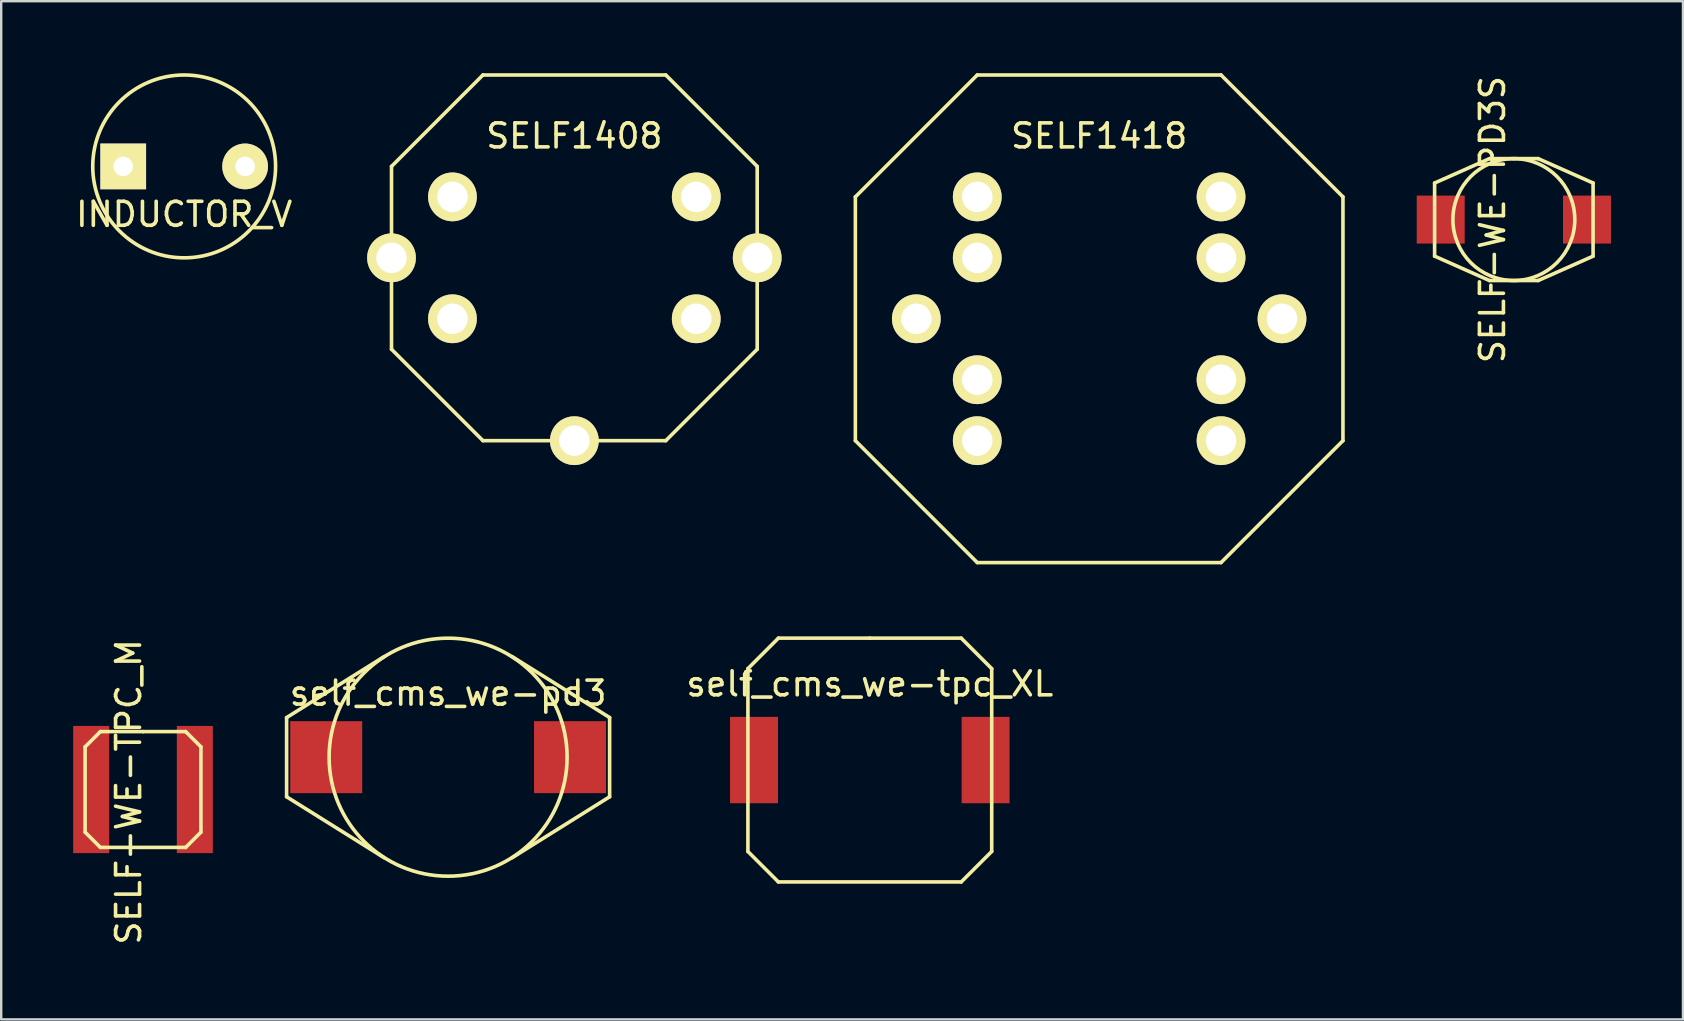
<source format=kicad_pcb>
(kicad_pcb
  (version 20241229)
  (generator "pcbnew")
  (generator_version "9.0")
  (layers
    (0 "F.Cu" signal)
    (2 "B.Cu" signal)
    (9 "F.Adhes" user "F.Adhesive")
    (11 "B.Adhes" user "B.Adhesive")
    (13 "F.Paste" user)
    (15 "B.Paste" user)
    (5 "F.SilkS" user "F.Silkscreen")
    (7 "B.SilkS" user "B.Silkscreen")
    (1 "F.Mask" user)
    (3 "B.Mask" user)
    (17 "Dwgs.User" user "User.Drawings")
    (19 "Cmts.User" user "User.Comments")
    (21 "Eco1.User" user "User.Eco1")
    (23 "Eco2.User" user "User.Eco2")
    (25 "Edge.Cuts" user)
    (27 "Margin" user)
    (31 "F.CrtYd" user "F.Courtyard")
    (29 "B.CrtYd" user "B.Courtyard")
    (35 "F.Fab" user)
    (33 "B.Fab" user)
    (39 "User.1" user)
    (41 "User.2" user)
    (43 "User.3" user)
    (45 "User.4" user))
  (footprint "SELF1408"
    (layer "F.Cu")
    (at 20.886 7.695)
    (property "Reference" "SELF1408" (at 0 -5.08 0) (layer "F.SilkS") (effects (font (size 1 1) (thickness 0.15))))
    (attr through_hole)
    (fp_line (start -7.62 -3.81) (end -7.62 3.81) (stroke (width 0.15) (type solid)) (layer "F.SilkS"))
    (fp_line (start -7.62 3.81) (end -3.81 7.62) (stroke (width 0.15) (type solid)) (layer "F.SilkS"))
    (fp_line (start -3.81 -7.62) (end -7.62 -3.81) (stroke (width 0.15) (type solid)) (layer "F.SilkS"))
    (fp_line (start -3.81 7.62) (end 3.81 7.62) (stroke (width 0.15) (type solid)) (layer "F.SilkS"))
    (fp_line (start 3.81 -7.62) (end -3.81 -7.62) (stroke (width 0.15) (type solid)) (layer "F.SilkS"))
    (fp_line (start 3.81 7.62) (end 7.62 3.81) (stroke (width 0.15) (type solid)) (layer "F.SilkS"))
    (fp_line (start 7.62 -3.81) (end 3.81 -7.62) (stroke (width 0.15) (type solid)) (layer "F.SilkS"))
    (fp_line (start 7.62 3.81) (end 7.62 -3.81) (stroke (width 0.15) (type solid)) (layer "F.SilkS"))
    (pad "0" thru_hole circle (at 0 7.62) (size 2.032 2.032) (drill 1.27) (layers "*.Cu" "*.Mask" "F.SilkS"))
    (pad "1" thru_hole circle (at -7.62 0) (size 2.032 2.032) (drill 1.27) (layers "*.Cu" "*.Mask" "F.SilkS"))
    (pad "1" thru_hole circle (at -5.08 -2.54) (size 2.032 2.032) (drill 1.27) (layers "*.Cu" "*.Mask" "F.SilkS"))
    (pad "1" thru_hole circle (at -5.08 2.54) (size 2.032 2.032) (drill 1.27) (layers "*.Cu" "*.Mask" "F.SilkS"))
    (pad "2" thru_hole circle (at 5.08 -2.54) (size 2.032 2.032) (drill 1.27) (layers "*.Cu" "*.Mask" "F.SilkS"))
    (pad "2" thru_hole circle (at 5.08 2.54) (size 2.032 2.032) (drill 1.27) (layers "*.Cu" "*.Mask" "F.SilkS"))
    (pad "2" thru_hole circle (at 7.62 0) (size 2.032 2.032) (drill 1.27) (layers "*.Cu" "*.Mask" "F.SilkS")))
  (footprint "INDUCTOR_V"
    (layer "F.Cu")
    (at 4.625 3.885)
    (property "Reference" "INDUCTOR_V" (at 0 1.999 0) (layer "F.SilkS") (effects (font (size 1 1) (thickness 0.15))))
    (attr through_hole)
    (fp_circle (center 0 0) (end 3.81 0) (stroke (width 0.15) (type solid)) (fill no) (layer "F.SilkS"))
    (pad "1" thru_hole rect (at -2.54 0) (size 1.905 1.905) (drill 0.813) (layers "*.Cu" "*.Mask" "F.SilkS"))
    (pad "2" thru_hole circle (at 2.54 0) (size 1.905 1.905) (drill 0.813) (layers "*.Cu" "*.Mask" "F.SilkS")))
  (footprint "SELF1418"
    (layer "F.Cu")
    (at 42.757 10.235)
    (property "Reference" "SELF1418" (at 0 -7.62 0) (layer "F.SilkS") (effects (font (size 1 1) (thickness 0.15))))
    (attr through_hole)
    (fp_line (start -10.16 -5.08) (end -10.16 5.08) (stroke (width 0.15) (type solid)) (layer "F.SilkS"))
    (fp_line (start -10.16 5.08) (end -5.08 10.16) (stroke (width 0.15) (type solid)) (layer "F.SilkS"))
    (fp_line (start -5.08 -10.16) (end -10.16 -5.08) (stroke (width 0.15) (type solid)) (layer "F.SilkS"))
    (fp_line (start -5.08 10.16) (end 5.08 10.16) (stroke (width 0.15) (type solid)) (layer "F.SilkS"))
    (fp_line (start 5.08 -10.16) (end -5.08 -10.16) (stroke (width 0.15) (type solid)) (layer "F.SilkS"))
    (fp_line (start 5.08 10.16) (end 10.16 5.08) (stroke (width 0.15) (type solid)) (layer "F.SilkS"))
    (fp_line (start 10.16 -5.08) (end 5.08 -10.16) (stroke (width 0.15) (type solid)) (layer "F.SilkS"))
    (fp_line (start 10.16 5.08) (end 10.16 -5.08) (stroke (width 0.15) (type solid)) (layer "F.SilkS"))
    (pad "" thru_hole circle (at -7.62 0) (size 2.032 2.032) (drill 1.27) (layers "*.Cu" "*.Mask" "F.SilkS"))
    (pad "" thru_hole circle (at 7.62 0) (size 2.032 2.032) (drill 1.27) (layers "*.Cu" "*.Mask" "F.SilkS"))
    (pad "1" thru_hole circle (at -5.08 -5.08) (size 2.032 2.032) (drill 1.27) (layers "*.Cu" "*.Mask" "F.SilkS"))
    (pad "1" thru_hole circle (at -5.08 -2.54) (size 2.032 2.032) (drill 1.27) (layers "*.Cu" "*.Mask" "F.SilkS"))
    (pad "2" thru_hole circle (at 5.08 -5.08) (size 2.032 2.032) (drill 1.27) (layers "*.Cu" "*.Mask" "F.SilkS"))
    (pad "2" thru_hole circle (at 5.08 -2.54) (size 2.032 2.032) (drill 1.27) (layers "*.Cu" "*.Mask" "F.SilkS"))
    (pad "3" thru_hole circle (at 5.08 2.54) (size 2.032 2.032) (drill 1.27) (layers "*.Cu" "*.Mask" "F.SilkS"))
    (pad "3" thru_hole circle (at 5.08 5.08) (size 2.032 2.032) (drill 1.27) (layers "*.Cu" "*.Mask" "F.SilkS"))
    (pad "4" thru_hole circle (at -5.08 2.54) (size 2.032 2.032) (drill 1.27) (layers "*.Cu" "*.Mask" "F.SilkS"))
    (pad "4" thru_hole circle (at -5.08 5.08) (size 2.032 2.032) (drill 1.27) (layers "*.Cu" "*.Mask" "F.SilkS")))
  (footprint "SELF-WE-TPC_M"
    (layer "F.Cu")
    (at 2.91 29.853)
    (property "Reference" "SELF-WE-TPC_M" (at -0.599 0.099 90) (layer "F.SilkS") (effects (font (size 1 1) (thickness 0.15))))
    (attr smd)
    (fp_line (start -2.413 -1.778) (end -1.778 -2.413) (stroke (width 0.15) (type solid)) (layer "F.SilkS"))
    (fp_line (start -2.413 1.778) (end -2.413 -1.778) (stroke (width 0.15) (type solid)) (layer "F.SilkS"))
    (fp_line (start -1.778 -2.413) (end 0 -2.413) (stroke (width 0.15) (type solid)) (layer "F.SilkS"))
    (fp_line (start -1.778 2.413) (end -2.413 1.778) (stroke (width 0.15) (type solid)) (layer "F.SilkS"))
    (fp_line (start 0 -2.413) (end 1.778 -2.413) (stroke (width 0.15) (type solid)) (layer "F.SilkS"))
    (fp_line (start 1.778 -2.413) (end 2.413 -1.778) (stroke (width 0.15) (type solid)) (layer "F.SilkS"))
    (fp_line (start 1.778 2.413) (end -1.778 2.413) (stroke (width 0.15) (type solid)) (layer "F.SilkS"))
    (fp_line (start 2.413 -1.778) (end 2.413 1.778) (stroke (width 0.15) (type solid)) (layer "F.SilkS"))
    (fp_line (start 2.413 1.778) (end 1.778 2.413) (stroke (width 0.15) (type solid)) (layer "F.SilkS"))
    (pad "1" smd rect (at -2.159 0) (size 1.501 5.301) (layers "F.Cu" "F.Mask" "F.Paste"))
    (pad "2" smd rect (at 2.159 0) (size 1.501 5.301) (layers "F.Cu" "F.Mask" "F.Paste")))
  (footprint "SELF-WE-PD3S"
    (layer "F.Cu")
    (at 60.039 6.101)
    (property "Reference" "SELF-WE-PD3S" (at -0.889 0 90) (layer "F.SilkS") (effects (font (size 1 1) (thickness 0.15))))
    (attr smd)
    (fp_line (start -3.302 -1.524) (end -1.016 -2.54) (stroke (width 0.15) (type solid)) (layer "F.SilkS"))
    (fp_line (start -3.302 1.524) (end -3.302 -1.524) (stroke (width 0.15) (type solid)) (layer "F.SilkS"))
    (fp_line (start -1.016 -2.54) (end 0 -2.54) (stroke (width 0.15) (type solid)) (layer "F.SilkS"))
    (fp_line (start -1.016 2.54) (end -3.302 1.524) (stroke (width 0.15) (type solid)) (layer "F.SilkS"))
    (fp_line (start 0 -2.54) (end 1.016 -2.54) (stroke (width 0.15) (type solid)) (layer "F.SilkS"))
    (fp_line (start 1.016 -2.54) (end 3.302 -1.524) (stroke (width 0.15) (type solid)) (layer "F.SilkS"))
    (fp_line (start 1.016 2.54) (end -1.016 2.54) (stroke (width 0.15) (type solid)) (layer "F.SilkS"))
    (fp_line (start 3.302 -1.524) (end 3.302 1.524) (stroke (width 0.15) (type solid)) (layer "F.SilkS"))
    (fp_line (start 3.302 1.524) (end 1.016 2.54) (stroke (width 0.15) (type solid)) (layer "F.SilkS"))
    (fp_circle (center 0 0) (end 0 2.54) (stroke (width 0.15) (type solid)) (fill no) (layer "F.SilkS"))
    (pad "1" smd rect (at -3.048 0) (size 1.999 1.999) (layers "F.Cu" "F.Mask" "F.Paste"))
    (pad "2" smd rect (at 3.048 0) (size 1.999 1.999) (layers "F.Cu" "F.Mask" "F.Paste")))
  (footprint "self_cms_we-tpc_XL"
    (layer "F.Cu")
    (at 33.199 28.625)
    (property "Reference" "self_cms_we-tpc_XL" (at 0 -3.175 0) (layer "F.SilkS") (effects (font (size 1 1) (thickness 0.15))))
    (attr smd)
    (fp_line (start -5.08 -3.81) (end -3.81 -5.08) (stroke (width 0.15) (type solid)) (layer "F.SilkS"))
    (fp_line (start -5.08 3.81) (end -5.08 -3.81) (stroke (width 0.15) (type solid)) (layer "F.SilkS"))
    (fp_line (start -3.81 -5.08) (end 0 -5.08) (stroke (width 0.15) (type solid)) (layer "F.SilkS"))
    (fp_line (start -3.81 5.08) (end -5.08 3.81) (stroke (width 0.15) (type solid)) (layer "F.SilkS"))
    (fp_line (start 0 -5.08) (end 3.81 -5.08) (stroke (width 0.15) (type solid)) (layer "F.SilkS"))
    (fp_line (start 3.81 -5.08) (end 5.08 -3.81) (stroke (width 0.15) (type solid)) (layer "F.SilkS"))
    (fp_line (start 3.81 5.08) (end -3.81 5.08) (stroke (width 0.15) (type solid)) (layer "F.SilkS"))
    (fp_line (start 5.08 -3.81) (end 5.08 3.81) (stroke (width 0.15) (type solid)) (layer "F.SilkS"))
    (fp_line (start 5.08 3.81) (end 3.81 5.08) (stroke (width 0.15) (type solid)) (layer "F.SilkS"))
    (fp_text user "" (at 0 0 0) (layer "F.SilkS") (effects (font (size 1 1) (thickness 0.15))))
    (fp_text user "" (at 0 0 0) (layer "F.SilkS") (effects (font (size 1 1) (thickness 0.15))))
    (pad "1" smd rect (at -4.826 0) (size 1.999 3.599) (layers "F.Cu" "F.Mask" "F.Paste"))
    (pad "2" smd rect (at 4.826 0) (size 1.999 3.599) (layers "F.Cu" "F.Mask" "F.Paste")))
  (footprint "self_cms_we-pd3"
    (layer "F.Cu")
    (at 15.625 28.505)
    (property "Reference" "self_cms_we-pd3" (at 0 -2.667 0) (layer "F.SilkS") (effects (font (size 1 1) (thickness 0.15))))
    (attr smd)
    (fp_line (start -6.731 -1.651) (end -6.731 1.651) (stroke (width 0.15) (type solid)) (layer "F.SilkS"))
    (fp_line (start -6.731 -1.651) (end -2.667 -4.191) (stroke (width 0.15) (type solid)) (layer "F.SilkS"))
    (fp_line (start -6.731 1.651) (end -2.667 4.191) (stroke (width 0.15) (type solid)) (layer "F.SilkS"))
    (fp_line (start 6.731 -1.651) (end 2.667 -4.191) (stroke (width 0.15) (type solid)) (layer "F.SilkS"))
    (fp_line (start 6.731 -1.651) (end 6.731 1.651) (stroke (width 0.15) (type solid)) (layer "F.SilkS"))
    (fp_line (start 6.731 1.651) (end 2.667 4.191) (stroke (width 0.15) (type solid)) (layer "F.SilkS"))
    (fp_circle (center 0 0) (end 0.254 -4.953) (stroke (width 0.15) (type solid)) (fill no) (layer "F.SilkS"))
    (pad "1" smd rect (at -5.08 0) (size 3 3) (layers "F.Cu" "F.Mask" "F.Paste"))
    (pad "2" smd rect (at 5.08 0) (size 3 3) (layers "F.Cu" "F.Mask" "F.Paste")))
  (gr_rect
    (start -3 -3)
    (end 67.087 39.434)
    (stroke (width 0.1) (type default))
    (fill no)
    (layer "Edge.Cuts")))
</source>
